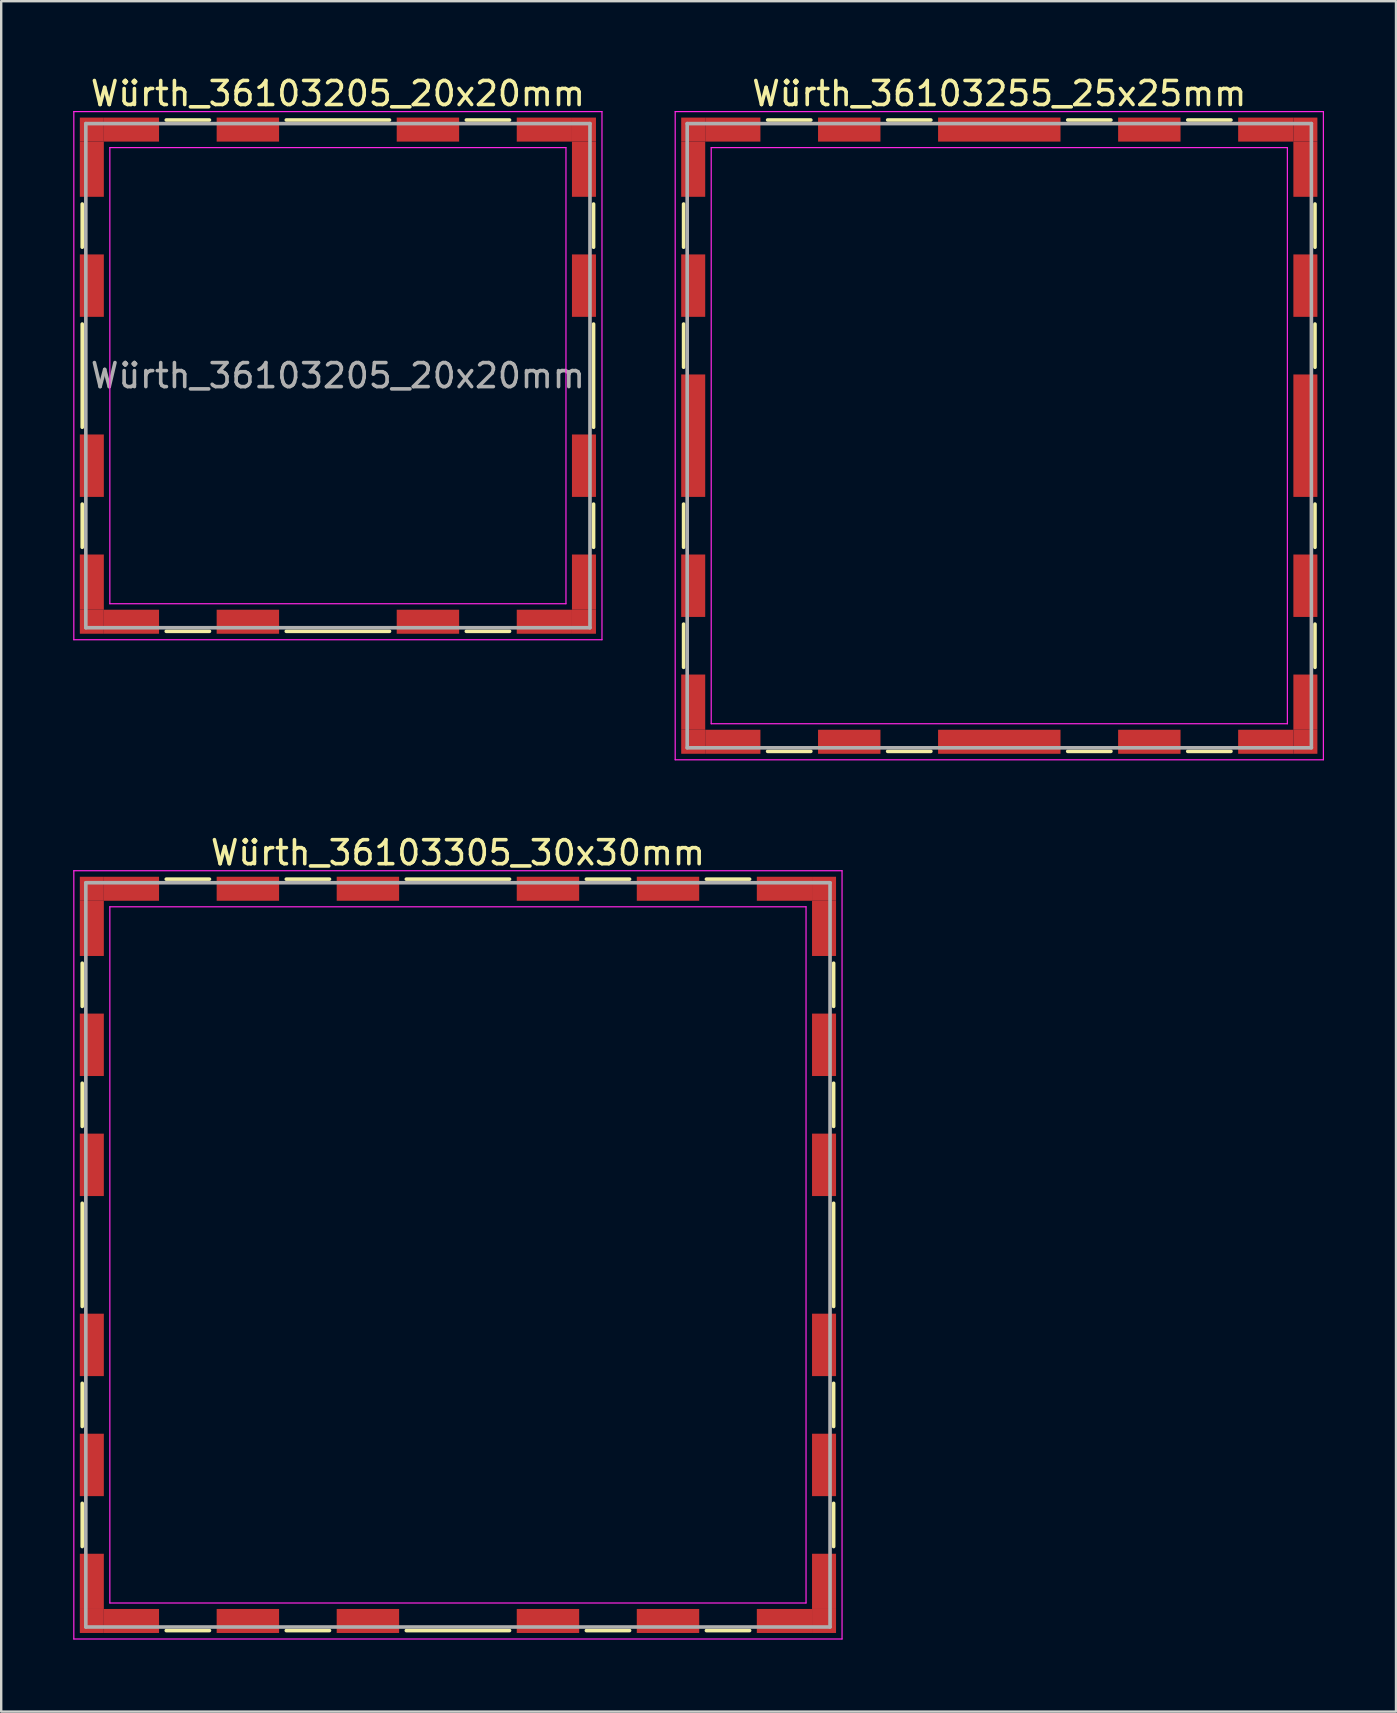
<source format=kicad_pcb>
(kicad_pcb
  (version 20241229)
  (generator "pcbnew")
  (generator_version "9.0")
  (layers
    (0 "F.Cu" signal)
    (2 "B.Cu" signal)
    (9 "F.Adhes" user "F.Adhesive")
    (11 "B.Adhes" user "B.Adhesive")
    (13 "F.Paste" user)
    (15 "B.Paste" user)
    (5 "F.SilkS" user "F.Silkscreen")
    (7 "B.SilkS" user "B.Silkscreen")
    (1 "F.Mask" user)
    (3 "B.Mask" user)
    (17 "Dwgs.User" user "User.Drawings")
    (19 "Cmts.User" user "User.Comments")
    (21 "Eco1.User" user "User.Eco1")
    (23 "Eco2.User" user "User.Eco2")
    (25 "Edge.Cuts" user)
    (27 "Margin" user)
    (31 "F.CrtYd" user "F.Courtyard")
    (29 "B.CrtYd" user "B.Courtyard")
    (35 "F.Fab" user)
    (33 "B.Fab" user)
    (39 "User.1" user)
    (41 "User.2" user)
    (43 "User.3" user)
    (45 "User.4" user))
  (footprint "Würth_36103255_25x25mm"
    (layer "F.Cu")
    (at 38.575 15.098)
    (property "Reference" "Würth_36103255_25x25mm" (at 0 -14.25 0) (layer "F.SilkS") (effects (font (size 1 1) (thickness 0.15))))
    (attr smd)
    (fp_line (start -13.15 -9.65) (end -13.15 -7.85) (stroke (width 0.15) (type solid)) (layer "F.SilkS"))
    (fp_line (start -13.15 -4.65) (end -13.15 -2.85) (stroke (width 0.15) (type solid)) (layer "F.SilkS"))
    (fp_line (start -13.15 2.85) (end -13.15 4.65) (stroke (width 0.15) (type solid)) (layer "F.SilkS"))
    (fp_line (start -13.15 7.85) (end -13.15 9.65) (stroke (width 0.15) (type solid)) (layer "F.SilkS"))
    (fp_line (start -9.65 -13.15) (end -7.85 -13.15) (stroke (width 0.15) (type solid)) (layer "F.SilkS"))
    (fp_line (start -9.65 13.15) (end -7.85 13.15) (stroke (width 0.15) (type solid)) (layer "F.SilkS"))
    (fp_line (start -4.65 -13.15) (end -2.85 -13.15) (stroke (width 0.15) (type solid)) (layer "F.SilkS"))
    (fp_line (start -4.65 13.15) (end -2.85 13.15) (stroke (width 0.15) (type solid)) (layer "F.SilkS"))
    (fp_line (start 2.85 -13.15) (end 4.65 -13.15) (stroke (width 0.15) (type solid)) (layer "F.SilkS"))
    (fp_line (start 2.85 13.15) (end 4.65 13.15) (stroke (width 0.15) (type solid)) (layer "F.SilkS"))
    (fp_line (start 7.85 -13.15) (end 9.65 -13.15) (stroke (width 0.15) (type solid)) (layer "F.SilkS"))
    (fp_line (start 7.85 13.15) (end 9.65 13.15) (stroke (width 0.15) (type solid)) (layer "F.SilkS"))
    (fp_line (start 13.15 -9.65) (end 13.15 -7.85) (stroke (width 0.15) (type solid)) (layer "F.SilkS"))
    (fp_line (start 13.15 -4.65) (end 13.15 -2.85) (stroke (width 0.15) (type solid)) (layer "F.SilkS"))
    (fp_line (start 13.15 2.85) (end 13.15 4.65) (stroke (width 0.15) (type solid)) (layer "F.SilkS"))
    (fp_line (start 13.15 7.85) (end 13.15 9.65) (stroke (width 0.15) (type solid)) (layer "F.SilkS"))
    (fp_line (start -13.5 -13.5) (end -13.5 13.5) (stroke (width 0.05) (type solid)) (layer "F.CrtYd"))
    (fp_line (start -13.5 13.5) (end 13.5 13.5) (stroke (width 0.05) (type solid)) (layer "F.CrtYd"))
    (fp_line (start -12 -12) (end -12 12) (stroke (width 0.05) (type solid)) (layer "F.CrtYd"))
    (fp_line (start -12 12) (end 12 12) (stroke (width 0.05) (type solid)) (layer "F.CrtYd"))
    (fp_line (start 12 -12) (end -12 -12) (stroke (width 0.05) (type solid)) (layer "F.CrtYd"))
    (fp_line (start 12 12) (end 12 -12) (stroke (width 0.05) (type solid)) (layer "F.CrtYd"))
    (fp_line (start 13.5 -13.5) (end -13.5 -13.5) (stroke (width 0.05) (type solid)) (layer "F.CrtYd"))
    (fp_line (start 13.5 13.5) (end 13.5 -13.5) (stroke (width 0.05) (type solid)) (layer "F.CrtYd"))
    (fp_line (start -13 -13) (end -13 13) (stroke (width 0.15) (type solid)) (layer "F.Fab"))
    (fp_line (start -13 13) (end 13 13) (stroke (width 0.15) (type solid)) (layer "F.Fab"))
    (fp_line (start 13 -13) (end -13 -13) (stroke (width 0.15) (type solid)) (layer "F.Fab"))
    (fp_line (start 13 13) (end 13 -13) (stroke (width 0.15) (type solid)) (layer "F.Fab"))
    (pad "1" smd rect (at -12.75 -12.75) (size 1 1) (layers "F.Cu" "F.Mask"))
    (pad "1" smd rect (at -12.75 -11.1) (size 1 2.3) (layers "F.Cu" "F.Mask"))
    (pad "1" smd rect (at -12.75 -6.25) (size 1 2.6) (layers "F.Cu" "F.Mask"))
    (pad "1" smd rect (at -12.75 0) (size 1 5.1) (layers "F.Cu" "F.Mask"))
    (pad "1" smd rect (at -12.75 6.25) (size 1 2.6) (layers "F.Cu" "F.Mask"))
    (pad "1" smd rect (at -12.75 11.1) (size 1 2.3) (layers "F.Cu" "F.Mask"))
    (pad "1" smd rect (at -12.75 12.75) (size 1 1) (layers "F.Cu" "F.Mask"))
    (pad "1" smd rect (at -11.1 -12.75) (size 2.3 1) (layers "F.Cu" "F.Mask"))
    (pad "1" smd rect (at -11.1 12.75) (size 2.3 1) (layers "F.Cu" "F.Mask"))
    (pad "1" smd rect (at -6.25 -12.75) (size 2.6 1) (layers "F.Cu" "F.Mask"))
    (pad "1" smd rect (at -6.25 12.75) (size 2.6 1) (layers "F.Cu" "F.Mask"))
    (pad "1" smd rect (at 0 -12.75) (size 5.1 1) (layers "F.Cu" "F.Mask"))
    (pad "1" smd rect (at 0 12.75) (size 5.1 1) (layers "F.Cu" "F.Mask"))
    (pad "1" smd rect (at 6.25 -12.75) (size 2.6 1) (layers "F.Cu" "F.Mask"))
    (pad "1" smd rect (at 6.25 12.75) (size 2.6 1) (layers "F.Cu" "F.Mask"))
    (pad "1" smd rect (at 11.1 -12.75) (size 2.3 1) (layers "F.Cu" "F.Mask"))
    (pad "1" smd rect (at 11.1 12.75) (size 2.3 1) (layers "F.Cu" "F.Mask"))
    (pad "1" smd rect (at 12.75 -12.75) (size 1 1) (layers "F.Cu" "F.Mask"))
    (pad "1" smd rect (at 12.75 -11.1) (size 1 2.3) (layers "F.Cu" "F.Mask"))
    (pad "1" smd rect (at 12.75 -6.25) (size 1 2.6) (layers "F.Cu" "F.Mask"))
    (pad "1" smd rect (at 12.75 0) (size 1 5.1) (layers "F.Cu" "F.Mask"))
    (pad "1" smd rect (at 12.75 6.25) (size 1 2.6) (layers "F.Cu" "F.Mask"))
    (pad "1" smd rect (at 12.75 11.1) (size 1 2.3) (layers "F.Cu" "F.Mask"))
    (pad "1" smd rect (at 12.75 12.75) (size 1 1) (layers "F.Cu" "F.Mask")))
  (footprint "Würth_36103205_20x20mm"
    (layer "F.Cu")
    (at 11.025 12.598)
    (property "Reference" "Würth_36103205_20x20mm" (at 0 -11.75 0) (layer "F.SilkS") (effects (font (size 1 1) (thickness 0.15))))
    (attr smd)
    (fp_line (start -10.65 -7.15) (end -10.65 -5.35) (stroke (width 0.15) (type solid)) (layer "F.SilkS"))
    (fp_line (start -10.65 -2.15) (end -10.65 2.15) (stroke (width 0.15) (type solid)) (layer "F.SilkS"))
    (fp_line (start -10.65 5.35) (end -10.65 7.15) (stroke (width 0.15) (type solid)) (layer "F.SilkS"))
    (fp_line (start -7.15 -10.65) (end -5.35 -10.65) (stroke (width 0.15) (type solid)) (layer "F.SilkS"))
    (fp_line (start -7.15 10.65) (end -5.35 10.65) (stroke (width 0.15) (type solid)) (layer "F.SilkS"))
    (fp_line (start -2.15 -10.65) (end 2.15 -10.65) (stroke (width 0.15) (type solid)) (layer "F.SilkS"))
    (fp_line (start -2.15 10.65) (end 2.15 10.65) (stroke (width 0.15) (type solid)) (layer "F.SilkS"))
    (fp_line (start 5.35 -10.65) (end 7.15 -10.65) (stroke (width 0.15) (type solid)) (layer "F.SilkS"))
    (fp_line (start 5.35 10.65) (end 7.15 10.65) (stroke (width 0.15) (type solid)) (layer "F.SilkS"))
    (fp_line (start 10.65 -7.15) (end 10.65 -5.35) (stroke (width 0.15) (type solid)) (layer "F.SilkS"))
    (fp_line (start 10.65 -2.15) (end 10.65 2.15) (stroke (width 0.15) (type solid)) (layer "F.SilkS"))
    (fp_line (start 10.65 5.35) (end 10.65 7.15) (stroke (width 0.15) (type solid)) (layer "F.SilkS"))
    (fp_line (start -11 -11) (end -11 11) (stroke (width 0.05) (type solid)) (layer "F.CrtYd"))
    (fp_line (start -11 11) (end 11 11) (stroke (width 0.05) (type solid)) (layer "F.CrtYd"))
    (fp_line (start -9.5 -9.5) (end -9.5 9.5) (stroke (width 0.05) (type solid)) (layer "F.CrtYd"))
    (fp_line (start -9.5 9.5) (end 9.5 9.5) (stroke (width 0.05) (type solid)) (layer "F.CrtYd"))
    (fp_line (start 9.5 -9.5) (end -9.5 -9.5) (stroke (width 0.05) (type solid)) (layer "F.CrtYd"))
    (fp_line (start 9.5 9.5) (end 9.5 -9.5) (stroke (width 0.05) (type solid)) (layer "F.CrtYd"))
    (fp_line (start 11 -11) (end -11 -11) (stroke (width 0.05) (type solid)) (layer "F.CrtYd"))
    (fp_line (start 11 11) (end 11 -11) (stroke (width 0.05) (type solid)) (layer "F.CrtYd"))
    (fp_line (start -10.5 -10.5) (end -10.5 10.5) (stroke (width 0.15) (type solid)) (layer "F.Fab"))
    (fp_line (start -10.5 10.5) (end 10.5 10.5) (stroke (width 0.15) (type solid)) (layer "F.Fab"))
    (fp_line (start 10.5 -10.5) (end -10.5 -10.5) (stroke (width 0.15) (type solid)) (layer "F.Fab"))
    (fp_line (start 10.5 10.5) (end 10.5 -10.5) (stroke (width 0.15) (type solid)) (layer "F.Fab"))
    (fp_text user "${REFERENCE}" (at 0 0 0) (layer "F.Fab") (effects (font (size 1 1) (thickness 0.15))))
    (pad "1" smd rect (at -10.25 -10.25) (size 1 1) (layers "F.Cu" "F.Mask"))
    (pad "1" smd rect (at -10.25 -8.6) (size 1 2.3) (layers "F.Cu" "F.Mask"))
    (pad "1" smd rect (at -10.25 -3.75) (size 1 2.6) (layers "F.Cu" "F.Mask"))
    (pad "1" smd rect (at -10.25 3.75) (size 1 2.6) (layers "F.Cu" "F.Mask"))
    (pad "1" smd rect (at -10.25 8.6) (size 1 2.3) (layers "F.Cu" "F.Mask"))
    (pad "1" smd rect (at -10.25 10.25) (size 1 1) (layers "F.Cu" "F.Mask"))
    (pad "1" smd rect (at -8.6 -10.25) (size 2.3 1) (layers "F.Cu" "F.Mask"))
    (pad "1" smd rect (at -8.6 10.25) (size 2.3 1) (layers "F.Cu" "F.Mask"))
    (pad "1" smd rect (at -3.75 -10.25) (size 2.6 1) (layers "F.Cu" "F.Mask"))
    (pad "1" smd rect (at -3.75 10.25) (size 2.6 1) (layers "F.Cu" "F.Mask"))
    (pad "1" smd rect (at 3.75 -10.25) (size 2.6 1) (layers "F.Cu" "F.Mask"))
    (pad "1" smd rect (at 3.75 10.25) (size 2.6 1) (layers "F.Cu" "F.Mask"))
    (pad "1" smd rect (at 8.6 -10.25) (size 2.3 1) (layers "F.Cu" "F.Mask"))
    (pad "1" smd rect (at 8.6 10.25) (size 2.3 1) (layers "F.Cu" "F.Mask"))
    (pad "1" smd rect (at 10.25 -10.25) (size 1 1) (layers "F.Cu" "F.Mask"))
    (pad "1" smd rect (at 10.25 -8.6) (size 1 2.3) (layers "F.Cu" "F.Mask"))
    (pad "1" smd rect (at 10.25 -3.75) (size 1 2.6) (layers "F.Cu" "F.Mask"))
    (pad "1" smd rect (at 10.25 3.75) (size 1 2.6) (layers "F.Cu" "F.Mask"))
    (pad "1" smd rect (at 10.25 8.6) (size 1 2.3) (layers "F.Cu" "F.Mask"))
    (pad "1" smd rect (at 10.25 10.25) (size 1 1) (layers "F.Cu" "F.Mask")))
  (footprint "Würth_36103305_30x30mm"
    (layer "F.Cu")
    (at 16.025 49.221)
    (property "Reference" "Würth_36103305_30x30mm" (at 0 -16.75 0) (layer "F.SilkS") (effects (font (size 1 1) (thickness 0.15))))
    (attr smd)
    (fp_line (start -15.65 -12.15) (end -15.65 -10.35) (stroke (width 0.15) (type solid)) (layer "F.SilkS"))
    (fp_line (start -15.65 -7.15) (end -15.65 -5.35) (stroke (width 0.15) (type solid)) (layer "F.SilkS"))
    (fp_line (start -15.65 -2.15) (end -15.65 2.15) (stroke (width 0.15) (type solid)) (layer "F.SilkS"))
    (fp_line (start -15.65 5.35) (end -15.65 7.15) (stroke (width 0.15) (type solid)) (layer "F.SilkS"))
    (fp_line (start -15.65 10.35) (end -15.65 12.15) (stroke (width 0.15) (type solid)) (layer "F.SilkS"))
    (fp_line (start -12.15 -15.65) (end -10.35 -15.65) (stroke (width 0.15) (type solid)) (layer "F.SilkS"))
    (fp_line (start -12.15 15.65) (end -10.35 15.65) (stroke (width 0.15) (type solid)) (layer "F.SilkS"))
    (fp_line (start -7.15 -15.65) (end -5.35 -15.65) (stroke (width 0.15) (type solid)) (layer "F.SilkS"))
    (fp_line (start -7.15 15.65) (end -5.35 15.65) (stroke (width 0.15) (type solid)) (layer "F.SilkS"))
    (fp_line (start -2.15 -15.65) (end 2.15 -15.65) (stroke (width 0.15) (type solid)) (layer "F.SilkS"))
    (fp_line (start -2.15 15.65) (end 2.15 15.65) (stroke (width 0.15) (type solid)) (layer "F.SilkS"))
    (fp_line (start 5.35 -15.65) (end 7.15 -15.65) (stroke (width 0.15) (type solid)) (layer "F.SilkS"))
    (fp_line (start 5.35 15.65) (end 7.15 15.65) (stroke (width 0.15) (type solid)) (layer "F.SilkS"))
    (fp_line (start 10.35 -15.65) (end 12.15 -15.65) (stroke (width 0.15) (type solid)) (layer "F.SilkS"))
    (fp_line (start 10.35 15.65) (end 12.15 15.65) (stroke (width 0.15) (type solid)) (layer "F.SilkS"))
    (fp_line (start 15.65 -12.15) (end 15.65 -10.35) (stroke (width 0.15) (type solid)) (layer "F.SilkS"))
    (fp_line (start 15.65 -7.15) (end 15.65 -5.35) (stroke (width 0.15) (type solid)) (layer "F.SilkS"))
    (fp_line (start 15.65 -2.15) (end 15.65 2.15) (stroke (width 0.15) (type solid)) (layer "F.SilkS"))
    (fp_line (start 15.65 5.35) (end 15.65 7.15) (stroke (width 0.15) (type solid)) (layer "F.SilkS"))
    (fp_line (start 15.65 10.35) (end 15.65 12.15) (stroke (width 0.15) (type solid)) (layer "F.SilkS"))
    (fp_line (start -16 -16) (end -16 16) (stroke (width 0.05) (type solid)) (layer "F.CrtYd"))
    (fp_line (start -16 16) (end 16 16) (stroke (width 0.05) (type solid)) (layer "F.CrtYd"))
    (fp_line (start -14.5 -14.5) (end -14.5 14.5) (stroke (width 0.05) (type solid)) (layer "F.CrtYd"))
    (fp_line (start -14.5 14.5) (end 14.5 14.5) (stroke (width 0.05) (type solid)) (layer "F.CrtYd"))
    (fp_line (start 14.5 -14.5) (end -14.5 -14.5) (stroke (width 0.05) (type solid)) (layer "F.CrtYd"))
    (fp_line (start 14.5 14.5) (end 14.5 -14.5) (stroke (width 0.05) (type solid)) (layer "F.CrtYd"))
    (fp_line (start 16 -16) (end -16 -16) (stroke (width 0.05) (type solid)) (layer "F.CrtYd"))
    (fp_line (start 16 16) (end 16 -16) (stroke (width 0.05) (type solid)) (layer "F.CrtYd"))
    (fp_line (start -15.5 -15.5) (end -15.5 15.5) (stroke (width 0.15) (type solid)) (layer "F.Fab"))
    (fp_line (start -15.5 15.5) (end 15.5 15.5) (stroke (width 0.15) (type solid)) (layer "F.Fab"))
    (fp_line (start 15.5 -15.5) (end -15.5 -15.5) (stroke (width 0.15) (type solid)) (layer "F.Fab"))
    (fp_line (start 15.5 15.5) (end 15.5 -15.5) (stroke (width 0.15) (type solid)) (layer "F.Fab"))
    (pad "1" smd rect (at -15.25 -15.25) (size 1 1) (layers "F.Cu" "F.Mask"))
    (pad "1" smd rect (at -15.25 -13.6) (size 1 2.3) (layers "F.Cu" "F.Mask"))
    (pad "1" smd rect (at -15.25 -8.75) (size 1 2.6) (layers "F.Cu" "F.Mask"))
    (pad "1" smd rect (at -15.25 -3.75) (size 1 2.6) (layers "F.Cu" "F.Mask"))
    (pad "1" smd rect (at -15.25 3.75) (size 1 2.6) (layers "F.Cu" "F.Mask"))
    (pad "1" smd rect (at -15.25 8.75) (size 1 2.6) (layers "F.Cu" "F.Mask"))
    (pad "1" smd rect (at -15.25 13.6) (size 1 2.3) (layers "F.Cu" "F.Mask"))
    (pad "1" smd rect (at -15.25 15.25) (size 1 1) (layers "F.Cu" "F.Mask"))
    (pad "1" smd rect (at -13.6 -15.25) (size 2.3 1) (layers "F.Cu" "F.Mask"))
    (pad "1" smd rect (at -13.6 15.25) (size 2.3 1) (layers "F.Cu" "F.Mask"))
    (pad "1" smd rect (at -8.75 -15.25) (size 2.6 1) (layers "F.Cu" "F.Mask"))
    (pad "1" smd rect (at -8.75 15.25) (size 2.6 1) (layers "F.Cu" "F.Mask"))
    (pad "1" smd rect (at -3.75 -15.25) (size 2.6 1) (layers "F.Cu" "F.Mask"))
    (pad "1" smd rect (at -3.75 15.25) (size 2.6 1) (layers "F.Cu" "F.Mask"))
    (pad "1" smd rect (at 3.75 -15.25) (size 2.6 1) (layers "F.Cu" "F.Mask"))
    (pad "1" smd rect (at 3.75 15.25) (size 2.6 1) (layers "F.Cu" "F.Mask"))
    (pad "1" smd rect (at 8.75 -15.25) (size 2.6 1) (layers "F.Cu" "F.Mask"))
    (pad "1" smd rect (at 8.75 15.25) (size 2.6 1) (layers "F.Cu" "F.Mask"))
    (pad "1" smd rect (at 13.6 -15.25) (size 2.3 1) (layers "F.Cu" "F.Mask"))
    (pad "1" smd rect (at 13.6 15.25) (size 2.3 1) (layers "F.Cu" "F.Mask"))
    (pad "1" smd rect (at 15.25 -15.25) (size 1 1) (layers "F.Cu" "F.Mask"))
    (pad "1" smd rect (at 15.25 -13.6) (size 1 2.3) (layers "F.Cu" "F.Mask"))
    (pad "1" smd rect (at 15.25 -8.75) (size 1 2.6) (layers "F.Cu" "F.Mask"))
    (pad "1" smd rect (at 15.25 -3.75) (size 1 2.6) (layers "F.Cu" "F.Mask"))
    (pad "1" smd rect (at 15.25 3.75) (size 1 2.6) (layers "F.Cu" "F.Mask"))
    (pad "1" smd rect (at 15.25 8.75) (size 1 2.6) (layers "F.Cu" "F.Mask"))
    (pad "1" smd rect (at 15.25 13.6) (size 1 2.3) (layers "F.Cu" "F.Mask"))
    (pad "1" smd rect (at 15.25 15.25) (size 1 1) (layers "F.Cu" "F.Mask")))
  (gr_rect
    (start -3 -3)
    (end 55.1 68.246)
    (stroke (width 0.1) (type default))
    (fill no)
    (layer "Edge.Cuts")))
</source>
